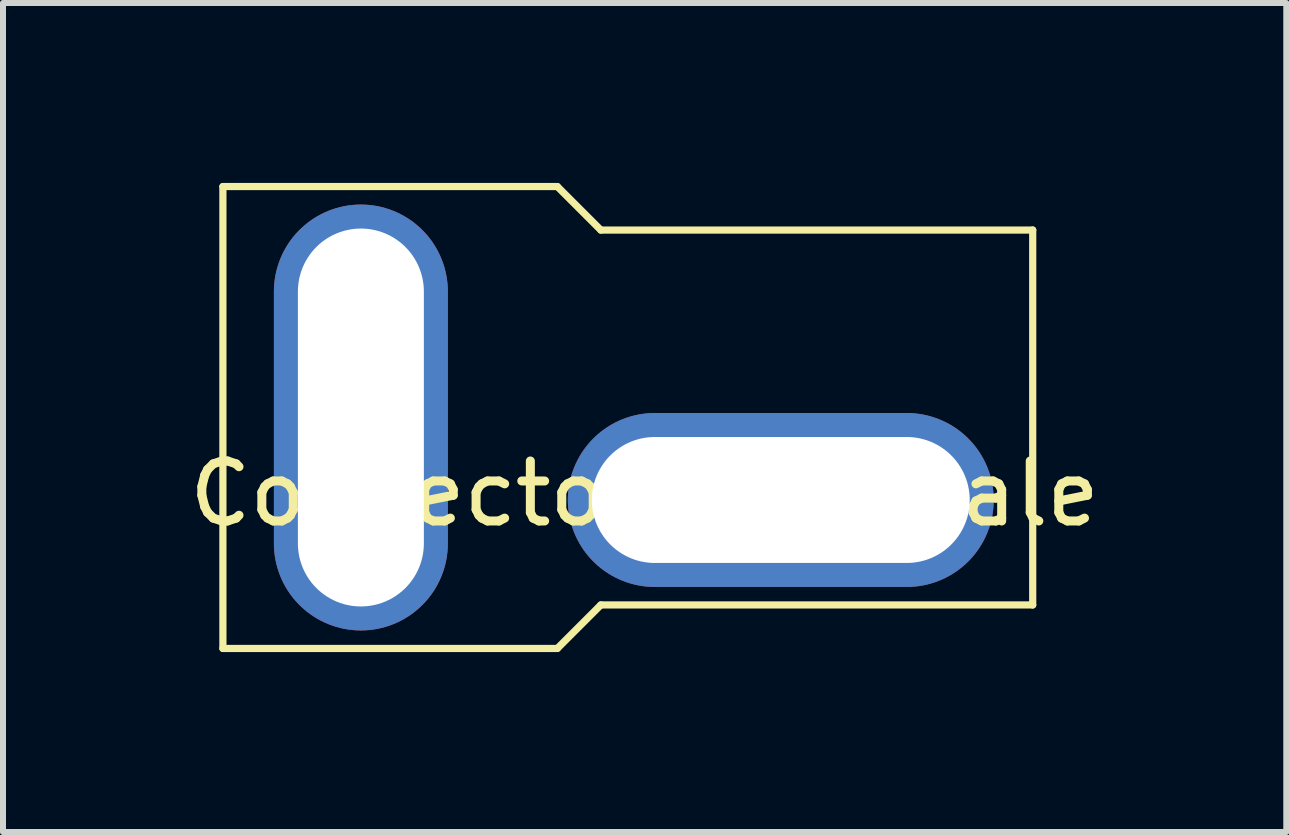
<source format=kicad_pcb>
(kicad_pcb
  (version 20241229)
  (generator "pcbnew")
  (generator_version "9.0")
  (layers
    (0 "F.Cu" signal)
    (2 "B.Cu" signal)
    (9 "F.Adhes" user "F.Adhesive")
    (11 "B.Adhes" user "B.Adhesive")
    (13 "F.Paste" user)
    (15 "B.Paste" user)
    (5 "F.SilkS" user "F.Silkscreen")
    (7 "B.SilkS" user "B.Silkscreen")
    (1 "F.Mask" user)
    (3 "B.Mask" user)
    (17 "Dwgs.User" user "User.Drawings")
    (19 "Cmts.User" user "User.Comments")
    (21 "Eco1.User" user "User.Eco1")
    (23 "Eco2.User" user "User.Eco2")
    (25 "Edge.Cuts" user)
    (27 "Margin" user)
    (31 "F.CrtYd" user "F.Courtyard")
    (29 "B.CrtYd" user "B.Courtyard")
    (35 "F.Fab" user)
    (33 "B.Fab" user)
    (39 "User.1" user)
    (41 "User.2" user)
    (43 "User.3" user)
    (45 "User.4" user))
  (footprint "Connector_T_Female"
    (layer "F.Cu")
    (at 2.616 3.91)
    (property "Reference" "Connector_T_Female" (at 5.08 1.27 0) (layer "F.SilkS") (effects (font (size 1 1) (thickness 0.15))))
    (attr through_hole)
    (fp_line (start -1.95 -3.85) (end 3.625 -3.85) (stroke (width 0.12) (type solid)) (layer "F.SilkS"))
    (fp_line (start -1.95 3.85) (end -1.95 -3.85) (stroke (width 0.12) (type solid)) (layer "F.SilkS"))
    (fp_line (start -1.95 3.85) (end 3.625 3.85) (stroke (width 0.12) (type solid)) (layer "F.SilkS"))
    (fp_line (start 4.35 -3.125) (end 3.625 -3.85) (stroke (width 0.12) (type solid)) (layer "F.SilkS"))
    (fp_line (start 4.35 -3.125) (end 11.55 -3.125) (stroke (width 0.12) (type solid)) (layer "F.SilkS"))
    (fp_line (start 4.35 3.125) (end 3.625 3.85) (stroke (width 0.12) (type solid)) (layer "F.SilkS"))
    (fp_line (start 4.35 3.125) (end 11.55 3.125) (stroke (width 0.12) (type solid)) (layer "F.SilkS"))
    (fp_line (start 11.55 -3.125) (end 11.55 3.125) (stroke (width 0.12) (type solid)) (layer "F.SilkS"))
    (pad "1" thru_hole oval (at 0.35 0) (size 2.9 7.1) (drill oval 2.1 6.3) (layers "*.Cu" "*.Mask"))
    (pad "2" thru_hole oval (at 7.35 1.375) (size 7.1 2.9) (drill oval 6.3 2.1) (layers "*.Cu" "*.Mask")))
  (gr_rect
    (start -3 -3)
    (end 18.393 10.82)
    (stroke (width 0.1) (type default))
    (fill no)
    (layer "Edge.Cuts")))
</source>
